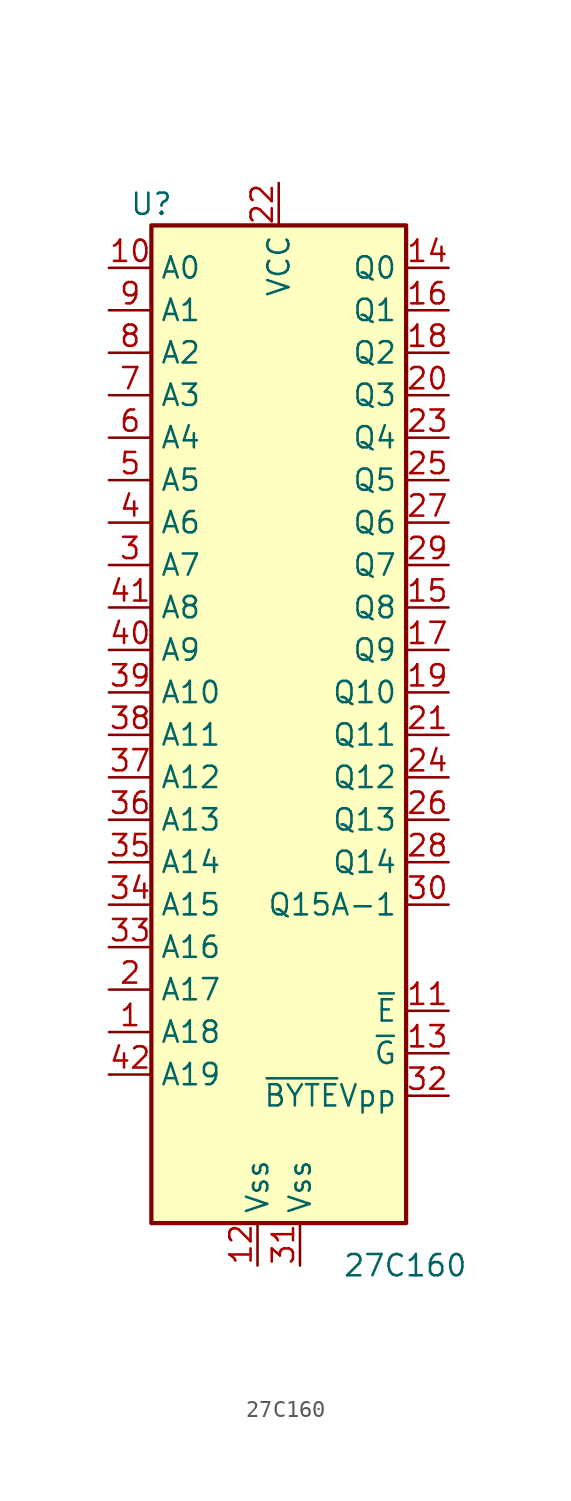
<source format=kicad_sym>
(kicad_symbol_lib
  (version 20201005)
  (generator kicad_symbol_editor)
  (symbol "EPROMs:27C160"
    (property "Reference" "U"
      (at -7.62 26.67 0)
      (effects (font (size 1.27 1.27))))
    (property "Value" "27C160"
      (at 3.81 -36.83 0)
      (effects (font (size 1.27 1.27)) (justify left)))
    (symbol "27C160_1_1"
      (rectangle (start -7.62 25.4) (end 7.62 -34.29) (stroke (width 0.254)) (fill (type background)))
      (pin input line (at -10.16 -22.86 0) (length 2.54) (name "A18" (effects (font (size 1.27 1.27)))) (number "1" (effects (font (size 1.27 1.27)))))
      (pin input line (at -10.16 22.86 0) (length 2.54) (name "A0" (effects (font (size 1.27 1.27)))) (number "10" (effects (font (size 1.27 1.27)))))
      (pin input line (at 10.16 -21.59 180) (length 2.54) (name "~E" (effects (font (size 1.27 1.27)))) (number "11" (effects (font (size 1.27 1.27)))))
      (pin power_in line (at -1.27 -36.83 90) (length 2.54) (name "Vss" (effects (font (size 1.27 1.27)))) (number "12" (effects (font (size 1.27 1.27)))))
      (pin input line (at 10.16 -24.13 180) (length 2.54) (name "~G" (effects (font (size 1.27 1.27)))) (number "13" (effects (font (size 1.27 1.27)))))
      (pin tri_state line (at 10.16 22.86 180) (length 2.54) (name "Q0" (effects (font (size 1.27 1.27)))) (number "14" (effects (font (size 1.27 1.27)))))
      (pin tri_state line (at 10.16 2.54 180) (length 2.54) (name "Q8" (effects (font (size 1.27 1.27)))) (number "15" (effects (font (size 1.27 1.27)))))
      (pin tri_state line (at 10.16 20.32 180) (length 2.54) (name "Q1" (effects (font (size 1.27 1.27)))) (number "16" (effects (font (size 1.27 1.27)))))
      (pin tri_state line (at 10.16 0 180) (length 2.54) (name "Q9" (effects (font (size 1.27 1.27)))) (number "17" (effects (font (size 1.27 1.27)))))
      (pin tri_state line (at 10.16 17.78 180) (length 2.54) (name "Q2" (effects (font (size 1.27 1.27)))) (number "18" (effects (font (size 1.27 1.27)))))
      (pin tri_state line (at 10.16 -2.54 180) (length 2.54) (name "Q10" (effects (font (size 1.27 1.27)))) (number "19" (effects (font (size 1.27 1.27)))))
      (pin input line (at -10.16 -20.32 0) (length 2.54) (name "A17" (effects (font (size 1.27 1.27)))) (number "2" (effects (font (size 1.27 1.27)))))
      (pin tri_state line (at 10.16 15.24 180) (length 2.54) (name "Q3" (effects (font (size 1.27 1.27)))) (number "20" (effects (font (size 1.27 1.27)))))
      (pin tri_state line (at 10.16 -5.08 180) (length 2.54) (name "Q11" (effects (font (size 1.27 1.27)))) (number "21" (effects (font (size 1.27 1.27)))))
      (pin power_in line (at 0 27.94 270) (length 2.54) (name "VCC" (effects (font (size 1.27 1.27)))) (number "22" (effects (font (size 1.27 1.27)))))
      (pin tri_state line (at 10.16 12.7 180) (length 2.54) (name "Q4" (effects (font (size 1.27 1.27)))) (number "23" (effects (font (size 1.27 1.27)))))
      (pin tri_state line (at 10.16 -7.62 180) (length 2.54) (name "Q12" (effects (font (size 1.27 1.27)))) (number "24" (effects (font (size 1.27 1.27)))))
      (pin tri_state line (at 10.16 10.16 180) (length 2.54) (name "Q5" (effects (font (size 1.27 1.27)))) (number "25" (effects (font (size 1.27 1.27)))))
      (pin tri_state line (at 10.16 -10.16 180) (length 2.54) (name "Q13" (effects (font (size 1.27 1.27)))) (number "26" (effects (font (size 1.27 1.27)))))
      (pin tri_state line (at 10.16 7.62 180) (length 2.54) (name "Q6" (effects (font (size 1.27 1.27)))) (number "27" (effects (font (size 1.27 1.27)))))
      (pin tri_state line (at 10.16 -12.7 180) (length 2.54) (name "Q14" (effects (font (size 1.27 1.27)))) (number "28" (effects (font (size 1.27 1.27)))))
      (pin tri_state line (at 10.16 5.08 180) (length 2.54) (name "Q7" (effects (font (size 1.27 1.27)))) (number "29" (effects (font (size 1.27 1.27)))))
      (pin input line (at -10.16 5.08 0) (length 2.54) (name "A7" (effects (font (size 1.27 1.27)))) (number "3" (effects (font (size 1.27 1.27)))))
      (pin tri_state line (at 10.16 -15.24 180) (length 2.54) (name "Q15A-1" (effects (font (size 1.27 1.27)))) (number "30" (effects (font (size 1.27 1.27)))))
      (pin power_in line (at 1.27 -36.83 90) (length 2.54) (name "Vss" (effects (font (size 1.27 1.27)))) (number "31" (effects (font (size 1.27 1.27)))))
      (pin input line (at 10.16 -26.67 180) (length 2.54) (name "~BYTE~Vpp" (effects (font (size 1.27 1.27)))) (number "32" (effects (font (size 1.27 1.27)))))
      (pin input line (at -10.16 -17.78 0) (length 2.54) (name "A16" (effects (font (size 1.27 1.27)))) (number "33" (effects (font (size 1.27 1.27)))))
      (pin input line (at -10.16 -15.24 0) (length 2.54) (name "A15" (effects (font (size 1.27 1.27)))) (number "34" (effects (font (size 1.27 1.27)))))
      (pin input line (at -10.16 -12.7 0) (length 2.54) (name "A14" (effects (font (size 1.27 1.27)))) (number "35" (effects (font (size 1.27 1.27)))))
      (pin input line (at -10.16 -10.16 0) (length 2.54) (name "A13" (effects (font (size 1.27 1.27)))) (number "36" (effects (font (size 1.27 1.27)))))
      (pin input line (at -10.16 -7.62 0) (length 2.54) (name "A12" (effects (font (size 1.27 1.27)))) (number "37" (effects (font (size 1.27 1.27)))))
      (pin input line (at -10.16 -5.08 0) (length 2.54) (name "A11" (effects (font (size 1.27 1.27)))) (number "38" (effects (font (size 1.27 1.27)))))
      (pin input line (at -10.16 -2.54 0) (length 2.54) (name "A10" (effects (font (size 1.27 1.27)))) (number "39" (effects (font (size 1.27 1.27)))))
      (pin input line (at -10.16 7.62 0) (length 2.54) (name "A6" (effects (font (size 1.27 1.27)))) (number "4" (effects (font (size 1.27 1.27)))))
      (pin input line (at -10.16 0 0) (length 2.54) (name "A9" (effects (font (size 1.27 1.27)))) (number "40" (effects (font (size 1.27 1.27)))))
      (pin input line (at -10.16 2.54 0) (length 2.54) (name "A8" (effects (font (size 1.27 1.27)))) (number "41" (effects (font (size 1.27 1.27)))))
      (pin input line (at -10.16 -25.4 0) (length 2.54) (name "A19" (effects (font (size 1.27 1.27)))) (number "42" (effects (font (size 1.27 1.27)))))
      (pin input line (at -10.16 10.16 0) (length 2.54) (name "A5" (effects (font (size 1.27 1.27)))) (number "5" (effects (font (size 1.27 1.27)))))
      (pin input line (at -10.16 12.7 0) (length 2.54) (name "A4" (effects (font (size 1.27 1.27)))) (number "6" (effects (font (size 1.27 1.27)))))
      (pin input line (at -10.16 15.24 0) (length 2.54) (name "A3" (effects (font (size 1.27 1.27)))) (number "7" (effects (font (size 1.27 1.27)))))
      (pin input line (at -10.16 17.78 0) (length 2.54) (name "A2" (effects (font (size 1.27 1.27)))) (number "8" (effects (font (size 1.27 1.27)))))
      (pin input line (at -10.16 20.32 0) (length 2.54) (name "A1" (effects (font (size 1.27 1.27)))) (number "9" (effects (font (size 1.27 1.27))))))))
</source>
